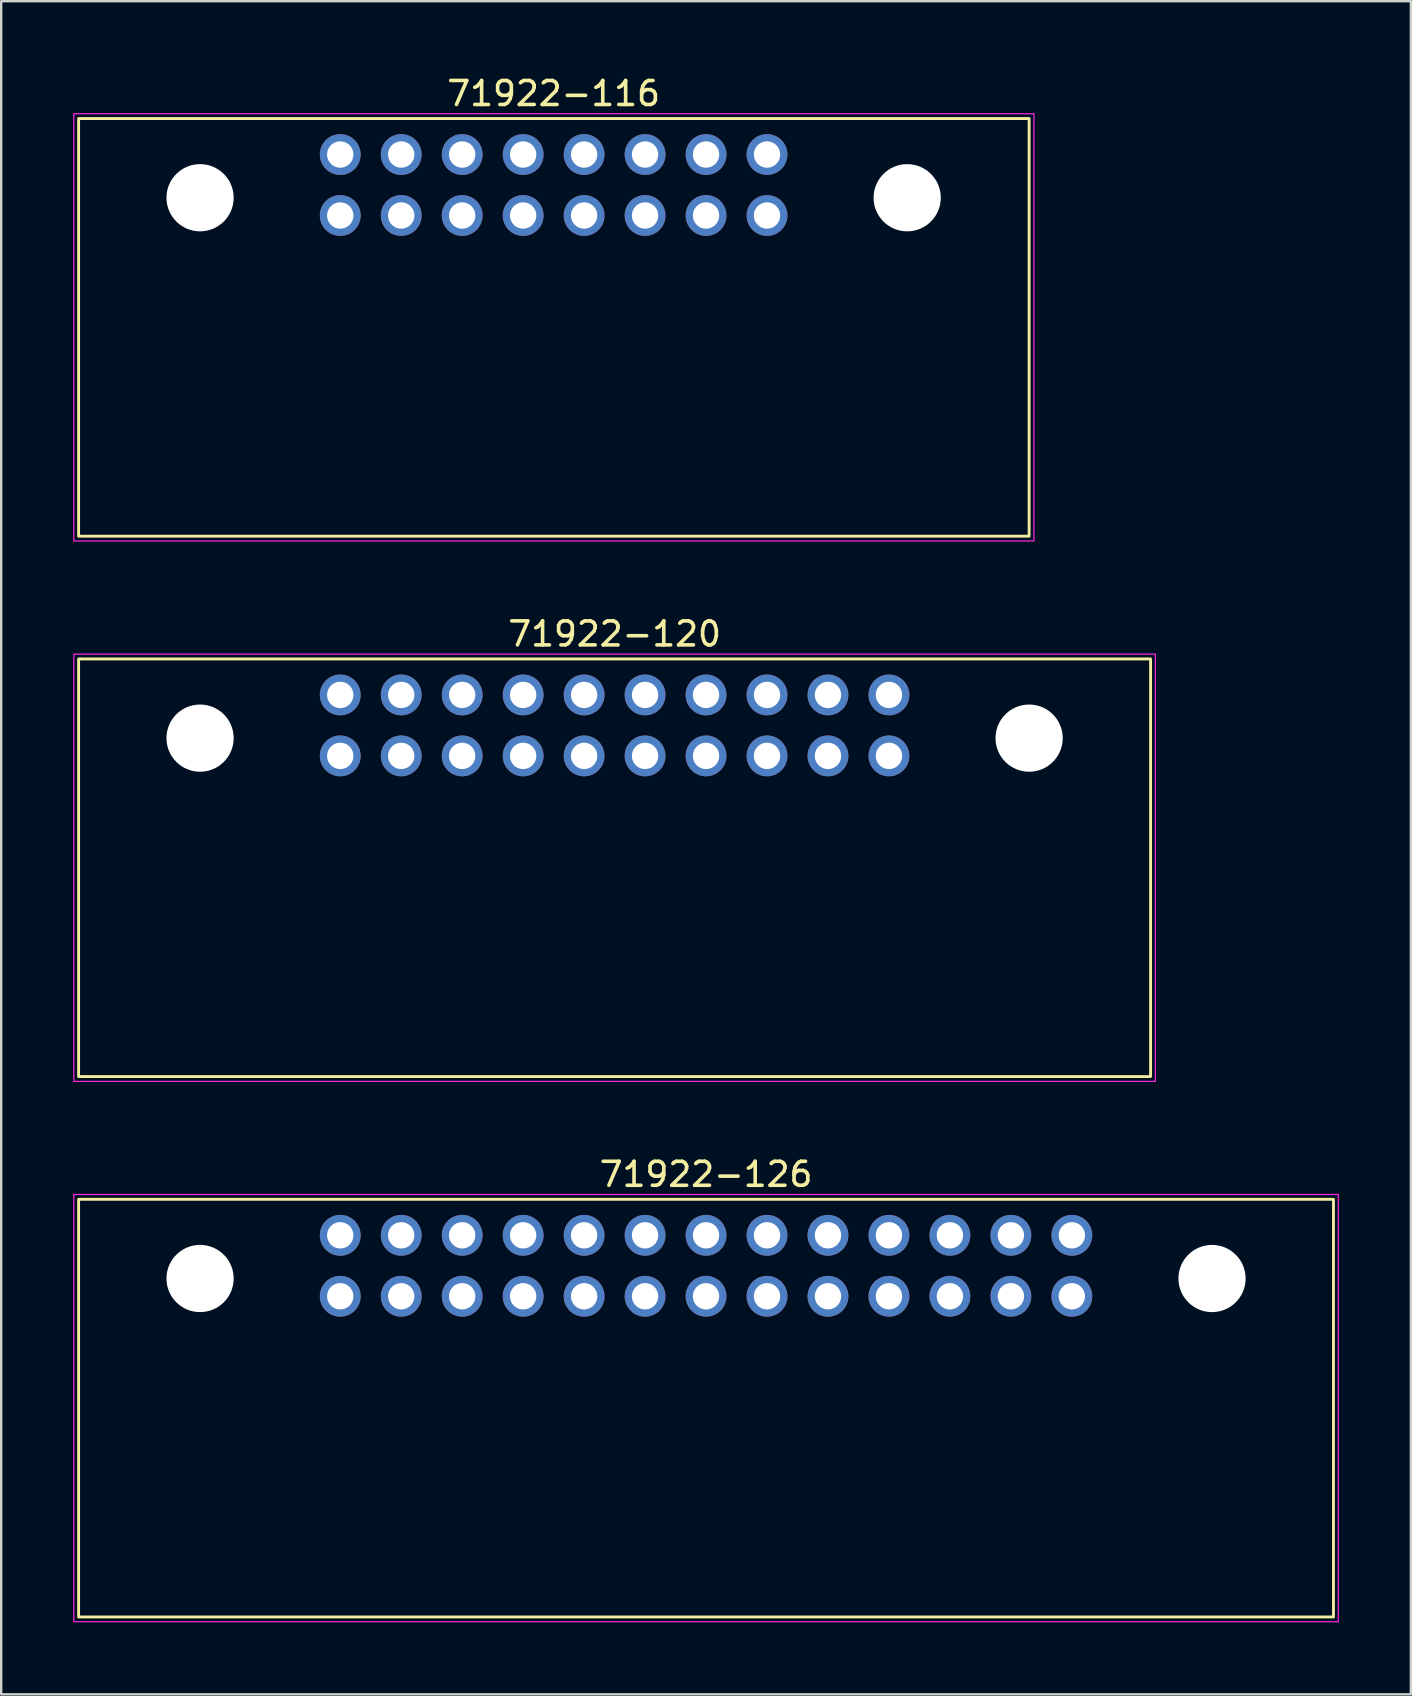
<source format=kicad_pcb>
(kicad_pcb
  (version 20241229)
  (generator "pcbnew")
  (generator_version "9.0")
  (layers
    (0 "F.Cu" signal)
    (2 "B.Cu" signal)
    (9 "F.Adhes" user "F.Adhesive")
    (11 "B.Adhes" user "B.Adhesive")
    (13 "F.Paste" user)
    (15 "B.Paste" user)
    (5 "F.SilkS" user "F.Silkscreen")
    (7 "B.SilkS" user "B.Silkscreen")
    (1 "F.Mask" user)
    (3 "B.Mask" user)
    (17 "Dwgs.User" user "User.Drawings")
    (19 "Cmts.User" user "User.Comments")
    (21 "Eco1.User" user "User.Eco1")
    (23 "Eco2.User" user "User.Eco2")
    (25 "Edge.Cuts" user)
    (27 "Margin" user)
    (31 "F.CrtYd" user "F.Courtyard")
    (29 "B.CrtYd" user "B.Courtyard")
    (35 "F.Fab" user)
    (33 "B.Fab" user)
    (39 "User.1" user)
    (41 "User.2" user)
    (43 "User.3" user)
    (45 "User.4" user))
  (footprint "71922-126"
    (layer "F.Cu")
    (at 26.365 49.685)
    (property "Reference" "71922-126" (at 0 -3.81 0) (unlocked yes) (layer "F.SilkS") (effects (font (size 1 1) (thickness 0.15))))
    (fp_rect (start -26.14 -2.77) (end 26.14 14.63) (stroke (width 0.12) (type solid)) (fill no) (layer "F.SilkS"))
    (fp_rect (start -26.34 -2.97) (end 26.34 14.83) (stroke (width 0.05) (type solid)) (fill no) (layer "F.CrtYd"))
    (pad "" np_thru_hole circle (at -21.08 0.53) (size 2.8 2.8) (drill 2.8) (layers "*.Cu" "*.Mask"))
    (pad "" np_thru_hole circle (at 21.08 0.53) (size 2.8 2.8) (drill 2.8) (layers "*.Cu" "*.Mask"))
    (pad "1" thru_hole circle (at -15.24 -1.27) (size 1.7 1.7) (drill 1.1) (layers "*.Cu" "*.Mask"))
    (pad "2" thru_hole circle (at -15.24 1.27) (size 1.7 1.7) (drill 1.1) (layers "*.Cu" "*.Mask"))
    (pad "3" thru_hole circle (at -12.7 -1.27) (size 1.7 1.7) (drill 1.1) (layers "*.Cu" "*.Mask"))
    (pad "4" thru_hole circle (at -12.7 1.27) (size 1.7 1.7) (drill 1.1) (layers "*.Cu" "*.Mask"))
    (pad "5" thru_hole circle (at -10.16 -1.27) (size 1.7 1.7) (drill 1.1) (layers "*.Cu" "*.Mask"))
    (pad "6" thru_hole circle (at -10.16 1.27) (size 1.7 1.7) (drill 1.1) (layers "*.Cu" "*.Mask"))
    (pad "7" thru_hole circle (at -7.62 -1.27) (size 1.7 1.7) (drill 1.1) (layers "*.Cu" "*.Mask"))
    (pad "8" thru_hole circle (at -7.62 1.27) (size 1.7 1.7) (drill 1.1) (layers "*.Cu" "*.Mask"))
    (pad "9" thru_hole circle (at -5.08 -1.27) (size 1.7 1.7) (drill 1.1) (layers "*.Cu" "*.Mask"))
    (pad "10" thru_hole circle (at -5.08 1.27) (size 1.7 1.7) (drill 1.1) (layers "*.Cu" "*.Mask"))
    (pad "11" thru_hole circle (at -2.54 -1.27) (size 1.7 1.7) (drill 1.1) (layers "*.Cu" "*.Mask"))
    (pad "12" thru_hole circle (at -2.54 1.27) (size 1.7 1.7) (drill 1.1) (layers "*.Cu" "*.Mask"))
    (pad "13" thru_hole circle (at 0 -1.27) (size 1.7 1.7) (drill 1.1) (layers "*.Cu" "*.Mask"))
    (pad "14" thru_hole circle (at 0 1.27) (size 1.7 1.7) (drill 1.1) (layers "*.Cu" "*.Mask"))
    (pad "15" thru_hole circle (at 2.54 -1.27) (size 1.7 1.7) (drill 1.1) (layers "*.Cu" "*.Mask"))
    (pad "16" thru_hole circle (at 2.54 1.27) (size 1.7 1.7) (drill 1.1) (layers "*.Cu" "*.Mask"))
    (pad "17" thru_hole circle (at 5.08 -1.27) (size 1.7 1.7) (drill 1.1) (layers "*.Cu" "*.Mask"))
    (pad "18" thru_hole circle (at 5.08 1.27) (size 1.7 1.7) (drill 1.1) (layers "*.Cu" "*.Mask"))
    (pad "19" thru_hole circle (at 7.62 -1.27) (size 1.7 1.7) (drill 1.1) (layers "*.Cu" "*.Mask"))
    (pad "20" thru_hole circle (at 7.62 1.27) (size 1.7 1.7) (drill 1.1) (layers "*.Cu" "*.Mask"))
    (pad "21" thru_hole circle (at 10.16 -1.27) (size 1.7 1.7) (drill 1.1) (layers "*.Cu" "*.Mask"))
    (pad "22" thru_hole circle (at 10.16 1.27) (size 1.7 1.7) (drill 1.1) (layers "*.Cu" "*.Mask"))
    (pad "23" thru_hole circle (at 12.7 -1.27) (size 1.7 1.7) (drill 1.1) (layers "*.Cu" "*.Mask"))
    (pad "24" thru_hole circle (at 12.7 1.27) (size 1.7 1.7) (drill 1.1) (layers "*.Cu" "*.Mask"))
    (pad "25" thru_hole circle (at 15.24 -1.27) (size 1.7 1.7) (drill 1.1) (layers "*.Cu" "*.Mask"))
    (pad "26" thru_hole circle (at 15.24 1.27) (size 1.7 1.7) (drill 1.1) (layers "*.Cu" "*.Mask")))
  (footprint "71922-120"
    (layer "F.Cu")
    (at 22.555 27.172)
    (property "Reference" "71922-120" (at 0 -3.81 0) (unlocked yes) (layer "F.SilkS") (effects (font (size 1 1) (thickness 0.15))))
    (fp_rect (start -22.33 -2.77) (end 22.33 14.63) (stroke (width 0.12) (type solid)) (fill no) (layer "F.SilkS"))
    (fp_rect (start -22.53 -2.97) (end 22.53 14.83) (stroke (width 0.05) (type solid)) (fill no) (layer "F.CrtYd"))
    (pad "" np_thru_hole circle (at -17.27 0.53) (size 2.8 2.8) (drill 2.8) (layers "*.Cu" "*.Mask"))
    (pad "" np_thru_hole circle (at 17.27 0.53) (size 2.8 2.8) (drill 2.8) (layers "*.Cu" "*.Mask"))
    (pad "1" thru_hole circle (at -11.43 -1.27) (size 1.7 1.7) (drill 1.1) (layers "*.Cu" "*.Mask"))
    (pad "2" thru_hole circle (at -11.43 1.27) (size 1.7 1.7) (drill 1.1) (layers "*.Cu" "*.Mask"))
    (pad "3" thru_hole circle (at -8.89 -1.27) (size 1.7 1.7) (drill 1.1) (layers "*.Cu" "*.Mask"))
    (pad "4" thru_hole circle (at -8.89 1.27) (size 1.7 1.7) (drill 1.1) (layers "*.Cu" "*.Mask"))
    (pad "5" thru_hole circle (at -6.35 -1.27) (size 1.7 1.7) (drill 1.1) (layers "*.Cu" "*.Mask"))
    (pad "6" thru_hole circle (at -6.35 1.27) (size 1.7 1.7) (drill 1.1) (layers "*.Cu" "*.Mask"))
    (pad "7" thru_hole circle (at -3.81 -1.27) (size 1.7 1.7) (drill 1.1) (layers "*.Cu" "*.Mask"))
    (pad "8" thru_hole circle (at -3.81 1.27) (size 1.7 1.7) (drill 1.1) (layers "*.Cu" "*.Mask"))
    (pad "9" thru_hole circle (at -1.27 -1.27) (size 1.7 1.7) (drill 1.1) (layers "*.Cu" "*.Mask"))
    (pad "10" thru_hole circle (at -1.27 1.27) (size 1.7 1.7) (drill 1.1) (layers "*.Cu" "*.Mask"))
    (pad "11" thru_hole circle (at 1.27 -1.27) (size 1.7 1.7) (drill 1.1) (layers "*.Cu" "*.Mask"))
    (pad "12" thru_hole circle (at 1.27 1.27) (size 1.7 1.7) (drill 1.1) (layers "*.Cu" "*.Mask"))
    (pad "13" thru_hole circle (at 3.81 -1.27) (size 1.7 1.7) (drill 1.1) (layers "*.Cu" "*.Mask"))
    (pad "14" thru_hole circle (at 3.81 1.27) (size 1.7 1.7) (drill 1.1) (layers "*.Cu" "*.Mask"))
    (pad "15" thru_hole circle (at 6.35 -1.27) (size 1.7 1.7) (drill 1.1) (layers "*.Cu" "*.Mask"))
    (pad "16" thru_hole circle (at 6.35 1.27) (size 1.7 1.7) (drill 1.1) (layers "*.Cu" "*.Mask"))
    (pad "17" thru_hole circle (at 8.89 -1.27) (size 1.7 1.7) (drill 1.1) (layers "*.Cu" "*.Mask"))
    (pad "18" thru_hole circle (at 8.89 1.27) (size 1.7 1.7) (drill 1.1) (layers "*.Cu" "*.Mask"))
    (pad "19" thru_hole circle (at 11.43 -1.27) (size 1.7 1.7) (drill 1.1) (layers "*.Cu" "*.Mask"))
    (pad "20" thru_hole circle (at 11.43 1.27) (size 1.7 1.7) (drill 1.1) (layers "*.Cu" "*.Mask")))
  (footprint "71922-116"
    (layer "F.Cu")
    (at 20.015 4.658)
    (property "Reference" "71922-116" (at 0 -3.81 0) (unlocked yes) (layer "F.SilkS") (effects (font (size 1 1) (thickness 0.15))))
    (fp_rect (start -19.79 -2.77) (end 19.81 14.63) (stroke (width 0.12) (type solid)) (fill no) (layer "F.SilkS"))
    (fp_rect (start -19.99 -2.97) (end 20.01 14.83) (stroke (width 0.05) (type solid)) (fill no) (layer "F.CrtYd"))
    (pad "" np_thru_hole circle (at -14.73 0.53) (size 2.8 2.8) (drill 2.8) (layers "*.Cu" "*.Mask"))
    (pad "" np_thru_hole circle (at 14.73 0.53) (size 2.8 2.8) (drill 2.8) (layers "*.Cu" "*.Mask"))
    (pad "1" thru_hole circle (at -8.89 -1.27) (size 1.7 1.7) (drill 1.1) (layers "*.Cu" "*.Mask"))
    (pad "2" thru_hole circle (at -8.89 1.27) (size 1.7 1.7) (drill 1.1) (layers "*.Cu" "*.Mask"))
    (pad "3" thru_hole circle (at -6.35 -1.27) (size 1.7 1.7) (drill 1.1) (layers "*.Cu" "*.Mask"))
    (pad "4" thru_hole circle (at -6.35 1.27) (size 1.7 1.7) (drill 1.1) (layers "*.Cu" "*.Mask"))
    (pad "5" thru_hole circle (at -3.81 -1.27) (size 1.7 1.7) (drill 1.1) (layers "*.Cu" "*.Mask"))
    (pad "6" thru_hole circle (at -3.81 1.27) (size 1.7 1.7) (drill 1.1) (layers "*.Cu" "*.Mask"))
    (pad "7" thru_hole circle (at -1.27 -1.27) (size 1.7 1.7) (drill 1.1) (layers "*.Cu" "*.Mask"))
    (pad "8" thru_hole circle (at -1.27 1.27) (size 1.7 1.7) (drill 1.1) (layers "*.Cu" "*.Mask"))
    (pad "9" thru_hole circle (at 1.27 -1.27) (size 1.7 1.7) (drill 1.1) (layers "*.Cu" "*.Mask"))
    (pad "10" thru_hole circle (at 1.27 1.27) (size 1.7 1.7) (drill 1.1) (layers "*.Cu" "*.Mask"))
    (pad "11" thru_hole circle (at 3.81 -1.27) (size 1.7 1.7) (drill 1.1) (layers "*.Cu" "*.Mask"))
    (pad "12" thru_hole circle (at 3.81 1.27) (size 1.7 1.7) (drill 1.1) (layers "*.Cu" "*.Mask"))
    (pad "13" thru_hole circle (at 6.35 -1.27) (size 1.7 1.7) (drill 1.1) (layers "*.Cu" "*.Mask"))
    (pad "14" thru_hole circle (at 6.35 1.27) (size 1.7 1.7) (drill 1.1) (layers "*.Cu" "*.Mask"))
    (pad "15" thru_hole circle (at 8.89 -1.27) (size 1.7 1.7) (drill 1.1) (layers "*.Cu" "*.Mask"))
    (pad "16" thru_hole circle (at 8.89 1.27) (size 1.7 1.7) (drill 1.1) (layers "*.Cu" "*.Mask")))
  (gr_rect
    (start -3 -3)
    (end 55.73 67.54)
    (stroke (width 0.1) (type default))
    (fill no)
    (layer "Edge.Cuts")))
</source>
